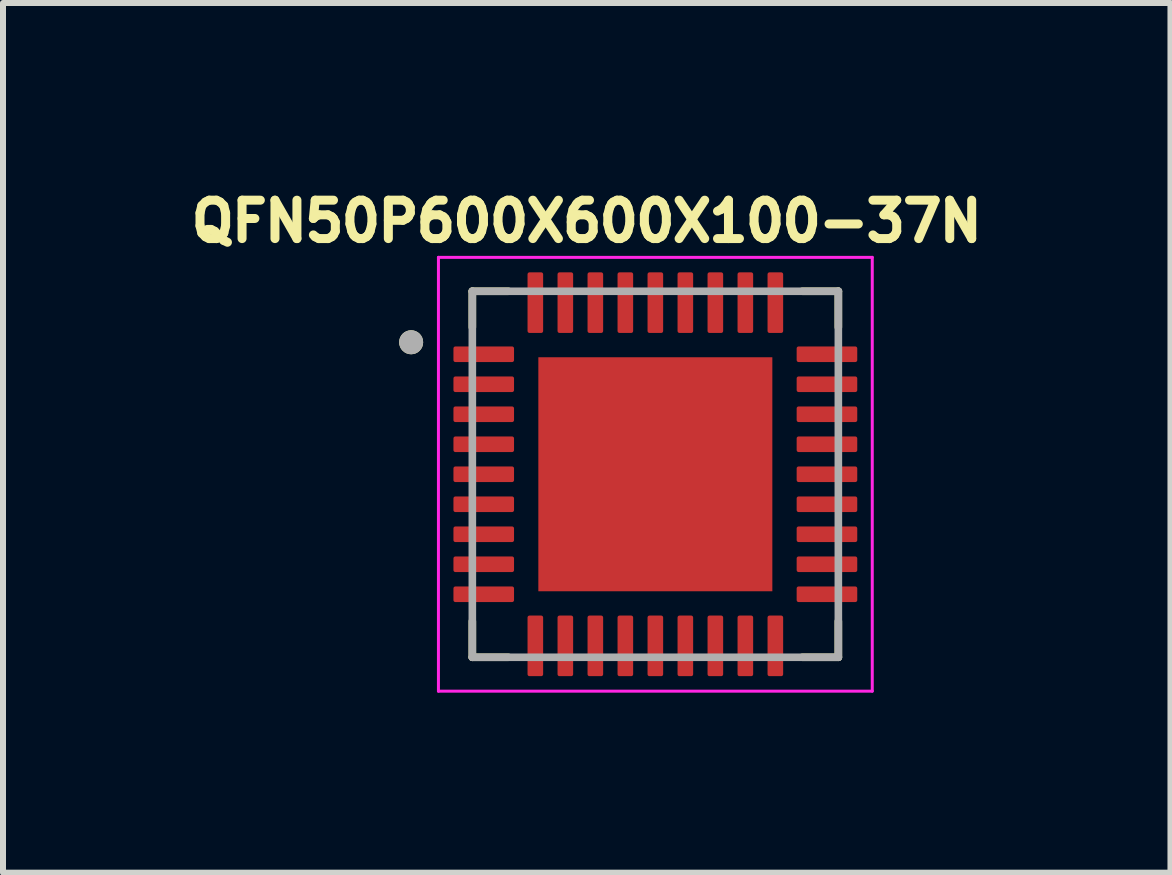
<source format=kicad_pcb>
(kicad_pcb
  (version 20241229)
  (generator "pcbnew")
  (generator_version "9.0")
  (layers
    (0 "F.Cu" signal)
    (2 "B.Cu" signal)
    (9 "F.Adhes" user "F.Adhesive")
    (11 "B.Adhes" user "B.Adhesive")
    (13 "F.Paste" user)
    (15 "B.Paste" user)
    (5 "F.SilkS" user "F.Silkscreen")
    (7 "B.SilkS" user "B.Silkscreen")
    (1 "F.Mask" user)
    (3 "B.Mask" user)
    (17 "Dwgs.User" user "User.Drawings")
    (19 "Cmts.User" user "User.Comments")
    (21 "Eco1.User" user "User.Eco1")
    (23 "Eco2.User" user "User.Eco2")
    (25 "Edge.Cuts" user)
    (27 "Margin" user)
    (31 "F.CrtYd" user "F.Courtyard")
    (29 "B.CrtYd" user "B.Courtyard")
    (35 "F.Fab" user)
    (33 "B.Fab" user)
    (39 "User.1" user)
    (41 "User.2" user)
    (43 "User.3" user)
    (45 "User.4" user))
  (footprint "QFN50P600X600X100-37N"
    (layer "F.Cu")
    (at 7.872 4.854)
    (property "Reference" "QFN50P600X600X100-37N" (at -1.143 -4.216 0) (layer "F.SilkS") (effects (font (size 0.64 0.64) (thickness 0.15))))
    (attr smd)
    (fp_line (start -3.05 -3.05) (end -3.05 -2.45) (stroke (width 0.127) (type solid)) (layer "F.SilkS"))
    (fp_line (start -3.05 -3.05) (end -2.45 -3.05) (stroke (width 0.127) (type solid)) (layer "F.SilkS"))
    (fp_line (start -3.05 3.05) (end -3.05 2.45) (stroke (width 0.127) (type solid)) (layer "F.SilkS"))
    (fp_line (start -3.05 3.05) (end -2.45 3.05) (stroke (width 0.127) (type solid)) (layer "F.SilkS"))
    (fp_line (start 3.05 -3.05) (end 2.45 -3.05) (stroke (width 0.127) (type solid)) (layer "F.SilkS"))
    (fp_line (start 3.05 -3.05) (end 3.05 -2.45) (stroke (width 0.127) (type solid)) (layer "F.SilkS"))
    (fp_line (start 3.05 3.05) (end 2.45 3.05) (stroke (width 0.127) (type solid)) (layer "F.SilkS"))
    (fp_line (start 3.05 3.05) (end 3.05 2.45) (stroke (width 0.127) (type solid)) (layer "F.SilkS"))
    (fp_circle (center -4.07 -2.2) (end -3.97 -2.2) (stroke (width 0.2) (type solid)) (fill no) (layer "F.SilkS"))
    (fp_poly (pts (xy -1.23 -1.23) (xy 1.23 -1.23) (xy 1.23 1.23) (xy -1.23 1.23)) (stroke (width 0.01) (type solid)) (fill yes) (layer "F.Paste"))
    (fp_line (start -3.615 -3.615) (end 3.615 -3.615) (stroke (width 0.05) (type solid)) (layer "F.CrtYd"))
    (fp_line (start -3.615 3.615) (end -3.615 -3.615) (stroke (width 0.05) (type solid)) (layer "F.CrtYd"))
    (fp_line (start -3.615 3.615) (end 3.615 3.615) (stroke (width 0.05) (type solid)) (layer "F.CrtYd"))
    (fp_line (start 3.615 3.615) (end 3.615 -3.615) (stroke (width 0.05) (type solid)) (layer "F.CrtYd"))
    (fp_line (start -3.05 3.05) (end -3.05 -3.05) (stroke (width 0.127) (type solid)) (layer "F.Fab"))
    (fp_line (start 3.05 -3.05) (end -3.05 -3.05) (stroke (width 0.127) (type solid)) (layer "F.Fab"))
    (fp_line (start 3.05 3.05) (end -3.05 3.05) (stroke (width 0.127) (type solid)) (layer "F.Fab"))
    (fp_line (start 3.05 3.05) (end 3.05 -3.05) (stroke (width 0.127) (type solid)) (layer "F.Fab"))
    (fp_circle (center -4.07 -2.2) (end -3.97 -2.2) (stroke (width 0.2) (type solid)) (fill no) (layer "F.Fab"))
    (pad "1" smd roundrect (at -2.86 -2) (size 1.01 0.26) (layers "F.Cu" "F.Mask" "F.Paste") (roundrect_rratio 0.125))
    (pad "2" smd roundrect (at -2.86 -1.5) (size 1.01 0.26) (layers "F.Cu" "F.Mask" "F.Paste") (roundrect_rratio 0.125))
    (pad "3" smd roundrect (at -2.86 -1) (size 1.01 0.26) (layers "F.Cu" "F.Mask" "F.Paste") (roundrect_rratio 0.125))
    (pad "4" smd roundrect (at -2.86 -0.5) (size 1.01 0.26) (layers "F.Cu" "F.Mask" "F.Paste") (roundrect_rratio 0.125))
    (pad "5" smd roundrect (at -2.86 0) (size 1.01 0.26) (layers "F.Cu" "F.Mask" "F.Paste") (roundrect_rratio 0.125))
    (pad "6" smd roundrect (at -2.86 0.5) (size 1.01 0.26) (layers "F.Cu" "F.Mask" "F.Paste") (roundrect_rratio 0.125))
    (pad "7" smd roundrect (at -2.86 1) (size 1.01 0.26) (layers "F.Cu" "F.Mask" "F.Paste") (roundrect_rratio 0.125))
    (pad "8" smd roundrect (at -2.86 1.5) (size 1.01 0.26) (layers "F.Cu" "F.Mask" "F.Paste") (roundrect_rratio 0.125))
    (pad "9" smd roundrect (at -2.86 2) (size 1.01 0.26) (layers "F.Cu" "F.Mask" "F.Paste") (roundrect_rratio 0.125))
    (pad "10" smd roundrect (at -2 2.86) (size 0.26 1.01) (layers "F.Cu" "F.Mask" "F.Paste") (roundrect_rratio 0.125))
    (pad "11" smd roundrect (at -1.5 2.86) (size 0.26 1.01) (layers "F.Cu" "F.Mask" "F.Paste") (roundrect_rratio 0.125))
    (pad "12" smd roundrect (at -1 2.86) (size 0.26 1.01) (layers "F.Cu" "F.Mask" "F.Paste") (roundrect_rratio 0.125))
    (pad "13" smd roundrect (at -0.5 2.86) (size 0.26 1.01) (layers "F.Cu" "F.Mask" "F.Paste") (roundrect_rratio 0.125))
    (pad "14" smd roundrect (at 0 2.86) (size 0.26 1.01) (layers "F.Cu" "F.Mask" "F.Paste") (roundrect_rratio 0.125))
    (pad "15" smd roundrect (at 0.5 2.86) (size 0.26 1.01) (layers "F.Cu" "F.Mask" "F.Paste") (roundrect_rratio 0.125))
    (pad "16" smd roundrect (at 1 2.86) (size 0.26 1.01) (layers "F.Cu" "F.Mask" "F.Paste") (roundrect_rratio 0.125))
    (pad "17" smd roundrect (at 1.5 2.86) (size 0.26 1.01) (layers "F.Cu" "F.Mask" "F.Paste") (roundrect_rratio 0.125))
    (pad "18" smd roundrect (at 2 2.86) (size 0.26 1.01) (layers "F.Cu" "F.Mask" "F.Paste") (roundrect_rratio 0.125))
    (pad "19" smd roundrect (at 2.86 2) (size 1.01 0.26) (layers "F.Cu" "F.Mask" "F.Paste") (roundrect_rratio 0.125))
    (pad "20" smd roundrect (at 2.86 1.5) (size 1.01 0.26) (layers "F.Cu" "F.Mask" "F.Paste") (roundrect_rratio 0.125))
    (pad "21" smd roundrect (at 2.86 1) (size 1.01 0.26) (layers "F.Cu" "F.Mask" "F.Paste") (roundrect_rratio 0.125))
    (pad "22" smd roundrect (at 2.86 0.5) (size 1.01 0.26) (layers "F.Cu" "F.Mask" "F.Paste") (roundrect_rratio 0.125))
    (pad "23" smd roundrect (at 2.86 0) (size 1.01 0.26) (layers "F.Cu" "F.Mask" "F.Paste") (roundrect_rratio 0.125))
    (pad "24" smd roundrect (at 2.86 -0.5) (size 1.01 0.26) (layers "F.Cu" "F.Mask" "F.Paste") (roundrect_rratio 0.125))
    (pad "25" smd roundrect (at 2.86 -1) (size 1.01 0.26) (layers "F.Cu" "F.Mask" "F.Paste") (roundrect_rratio 0.125))
    (pad "26" smd roundrect (at 2.86 -1.5) (size 1.01 0.26) (layers "F.Cu" "F.Mask" "F.Paste") (roundrect_rratio 0.125))
    (pad "27" smd roundrect (at 2.86 -2) (size 1.01 0.26) (layers "F.Cu" "F.Mask" "F.Paste") (roundrect_rratio 0.125))
    (pad "28" smd roundrect (at 2 -2.86) (size 0.26 1.01) (layers "F.Cu" "F.Mask" "F.Paste") (roundrect_rratio 0.125))
    (pad "29" smd roundrect (at 1.5 -2.86) (size 0.26 1.01) (layers "F.Cu" "F.Mask" "F.Paste") (roundrect_rratio 0.125))
    (pad "30" smd roundrect (at 1 -2.86) (size 0.26 1.01) (layers "F.Cu" "F.Mask" "F.Paste") (roundrect_rratio 0.125))
    (pad "31" smd roundrect (at 0.5 -2.86) (size 0.26 1.01) (layers "F.Cu" "F.Mask" "F.Paste") (roundrect_rratio 0.125))
    (pad "32" smd roundrect (at 0 -2.86) (size 0.26 1.01) (layers "F.Cu" "F.Mask" "F.Paste") (roundrect_rratio 0.125))
    (pad "33" smd roundrect (at -0.5 -2.86) (size 0.26 1.01) (layers "F.Cu" "F.Mask" "F.Paste") (roundrect_rratio 0.125))
    (pad "34" smd roundrect (at -1 -2.86) (size 0.26 1.01) (layers "F.Cu" "F.Mask" "F.Paste") (roundrect_rratio 0.125))
    (pad "35" smd roundrect (at -1.5 -2.86) (size 0.26 1.01) (layers "F.Cu" "F.Mask" "F.Paste") (roundrect_rratio 0.125))
    (pad "36" smd roundrect (at -2 -2.86) (size 0.26 1.01) (layers "F.Cu" "F.Mask" "F.Paste") (roundrect_rratio 0.125))
    (pad "37" smd rect (at 0 0) (size 3.9 3.9) (layers "F.Cu" "F.Mask")))
  (gr_rect
    (start -3 -3)
    (end 16.457 11.494)
    (stroke (width 0.1) (type default))
    (fill no)
    (layer "Edge.Cuts")))
</source>
